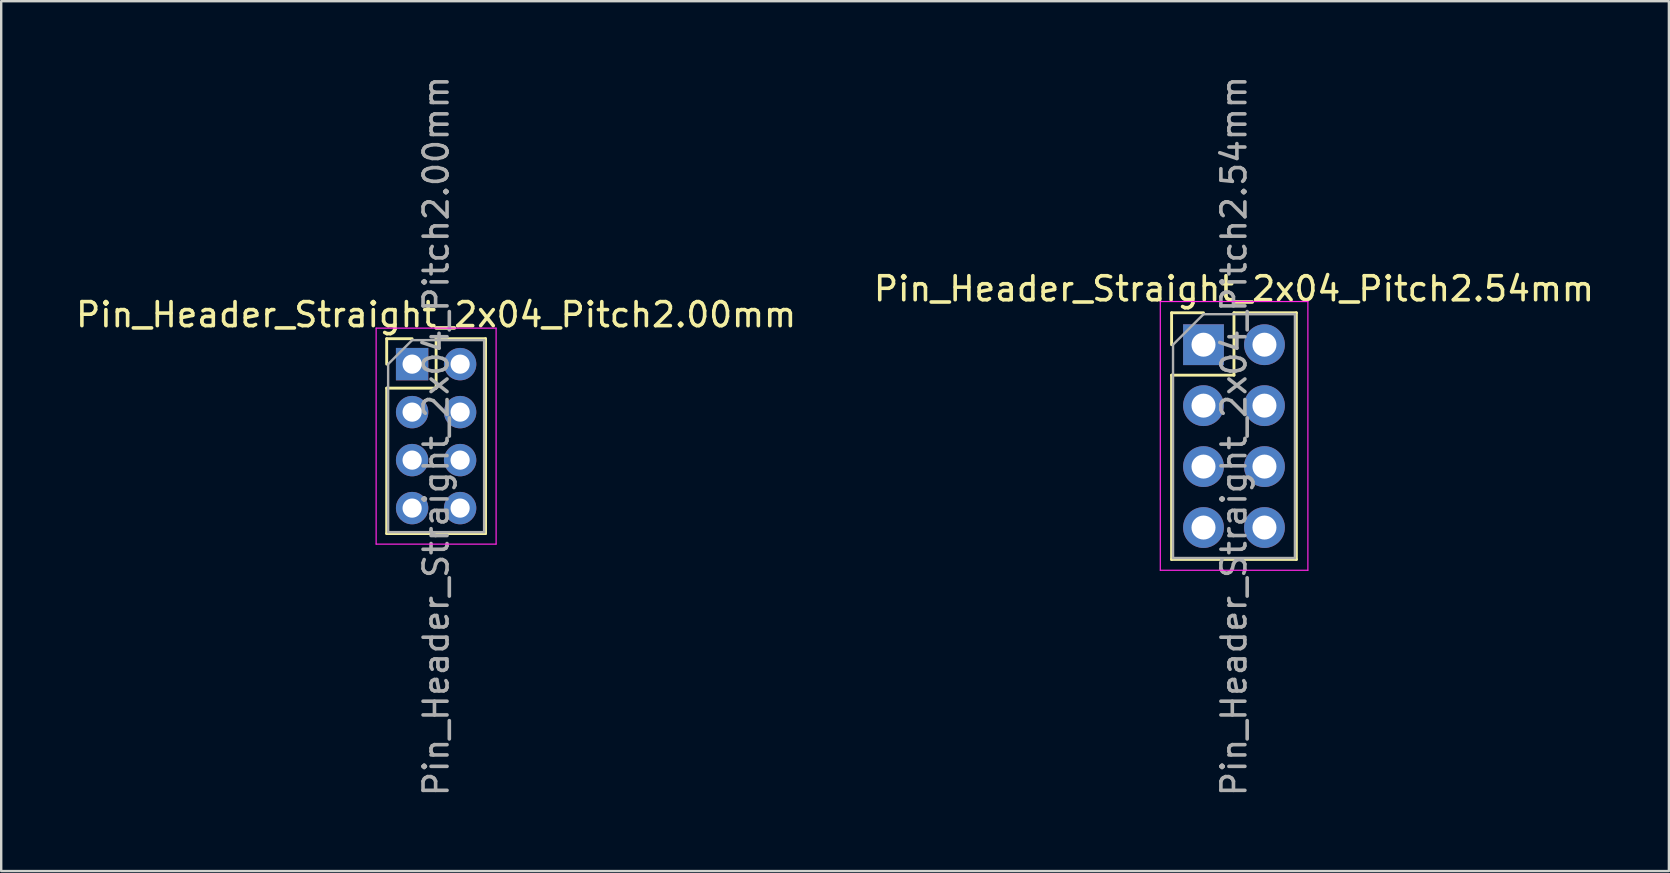
<source format=kicad_pcb>
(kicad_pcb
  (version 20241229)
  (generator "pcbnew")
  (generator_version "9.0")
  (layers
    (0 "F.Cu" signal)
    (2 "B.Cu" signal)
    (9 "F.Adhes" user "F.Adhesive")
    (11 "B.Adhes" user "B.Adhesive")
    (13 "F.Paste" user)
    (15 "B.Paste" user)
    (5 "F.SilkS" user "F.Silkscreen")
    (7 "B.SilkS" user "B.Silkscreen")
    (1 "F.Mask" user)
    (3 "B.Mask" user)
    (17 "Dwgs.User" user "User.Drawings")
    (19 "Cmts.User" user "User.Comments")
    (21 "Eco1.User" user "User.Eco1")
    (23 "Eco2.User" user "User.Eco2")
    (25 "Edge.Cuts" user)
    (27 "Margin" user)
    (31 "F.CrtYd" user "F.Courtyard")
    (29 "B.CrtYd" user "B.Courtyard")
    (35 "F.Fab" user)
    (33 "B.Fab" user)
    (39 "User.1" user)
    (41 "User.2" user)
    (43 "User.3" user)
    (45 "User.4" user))
  (footprint "Pin_Header_Straight_2x04_Pitch2.54mm"
    (layer "F.Cu")
    (at 47.105 11.315)
    (property "Reference" "Pin_Header_Straight_2x04_Pitch2.54mm" (at 1.27 -2.33 0) (layer "F.SilkS") (effects (font (size 1 1) (thickness 0.15))))
    (attr through_hole)
    (fp_line (start -1.33 -1.33) (end 0 -1.33) (stroke (width 0.12) (type solid)) (layer "F.SilkS"))
    (fp_line (start -1.33 0) (end -1.33 -1.33) (stroke (width 0.12) (type solid)) (layer "F.SilkS"))
    (fp_line (start -1.33 1.27) (end -1.33 8.95) (stroke (width 0.12) (type solid)) (layer "F.SilkS"))
    (fp_line (start -1.33 8.95) (end 3.87 8.95) (stroke (width 0.12) (type solid)) (layer "F.SilkS"))
    (fp_line (start 1.27 -1.33) (end 1.27 1.27) (stroke (width 0.12) (type solid)) (layer "F.SilkS"))
    (fp_line (start 1.27 1.27) (end -1.33 1.27) (stroke (width 0.12) (type solid)) (layer "F.SilkS"))
    (fp_line (start 3.87 -1.33) (end 1.27 -1.33) (stroke (width 0.12) (type solid)) (layer "F.SilkS"))
    (fp_line (start 3.87 8.95) (end 3.87 -1.33) (stroke (width 0.12) (type solid)) (layer "F.SilkS"))
    (fp_line (start -1.8 -1.8) (end -1.8 9.4) (stroke (width 0.05) (type solid)) (layer "F.CrtYd"))
    (fp_line (start -1.8 9.4) (end 4.35 9.4) (stroke (width 0.05) (type solid)) (layer "F.CrtYd"))
    (fp_line (start 4.35 -1.8) (end -1.8 -1.8) (stroke (width 0.05) (type solid)) (layer "F.CrtYd"))
    (fp_line (start 4.35 9.4) (end 4.35 -1.8) (stroke (width 0.05) (type solid)) (layer "F.CrtYd"))
    (fp_line (start -1.27 0) (end 0 -1.27) (stroke (width 0.1) (type solid)) (layer "F.Fab"))
    (fp_line (start -1.27 8.89) (end -1.27 0) (stroke (width 0.1) (type solid)) (layer "F.Fab"))
    (fp_line (start 0 -1.27) (end 3.81 -1.27) (stroke (width 0.1) (type solid)) (layer "F.Fab"))
    (fp_line (start 3.81 -1.27) (end 3.81 8.89) (stroke (width 0.1) (type solid)) (layer "F.Fab"))
    (fp_line (start 3.81 8.89) (end -1.27 8.89) (stroke (width 0.1) (type solid)) (layer "F.Fab"))
    (fp_text user "${REFERENCE}" (at 1.27 3.81 90) (layer "F.Fab") (effects (font (size 1 1) (thickness 0.15))))
    (pad "1" thru_hole rect (at 0 0) (size 1.7 1.7) (drill 1) (layers "*.Cu" "*.Mask"))
    (pad "2" thru_hole oval (at 2.54 0) (size 1.7 1.7) (drill 1) (layers "*.Cu" "*.Mask"))
    (pad "3" thru_hole oval (at 0 2.54) (size 1.7 1.7) (drill 1) (layers "*.Cu" "*.Mask"))
    (pad "4" thru_hole oval (at 2.54 2.54) (size 1.7 1.7) (drill 1) (layers "*.Cu" "*.Mask"))
    (pad "5" thru_hole oval (at 0 5.08) (size 1.7 1.7) (drill 1) (layers "*.Cu" "*.Mask"))
    (pad "6" thru_hole oval (at 2.54 5.08) (size 1.7 1.7) (drill 1) (layers "*.Cu" "*.Mask"))
    (pad "7" thru_hole oval (at 0 7.62) (size 1.7 1.7) (drill 1) (layers "*.Cu" "*.Mask"))
    (pad "8" thru_hole oval (at 2.54 7.62) (size 1.7 1.7) (drill 1) (layers "*.Cu" "*.Mask")))
  (footprint "Pin_Header_Straight_2x04_Pitch2.00mm"
    (layer "F.Cu")
    (at 14.125 12.125)
    (property "Reference" "Pin_Header_Straight_2x04_Pitch2.00mm" (at 1 -2.06 0) (layer "F.SilkS") (effects (font (size 1 1) (thickness 0.15))))
    (attr through_hole)
    (fp_line (start -1.06 -1.06) (end 0 -1.06) (stroke (width 0.12) (type solid)) (layer "F.SilkS"))
    (fp_line (start -1.06 0) (end -1.06 -1.06) (stroke (width 0.12) (type solid)) (layer "F.SilkS"))
    (fp_line (start -1.06 1) (end -1.06 7.06) (stroke (width 0.12) (type solid)) (layer "F.SilkS"))
    (fp_line (start -1.06 7.06) (end 3.06 7.06) (stroke (width 0.12) (type solid)) (layer "F.SilkS"))
    (fp_line (start 1 -1.06) (end 1 1) (stroke (width 0.12) (type solid)) (layer "F.SilkS"))
    (fp_line (start 1 1) (end -1.06 1) (stroke (width 0.12) (type solid)) (layer "F.SilkS"))
    (fp_line (start 3.06 -1.06) (end 1 -1.06) (stroke (width 0.12) (type solid)) (layer "F.SilkS"))
    (fp_line (start 3.06 7.06) (end 3.06 -1.06) (stroke (width 0.12) (type solid)) (layer "F.SilkS"))
    (fp_line (start -1.5 -1.5) (end -1.5 7.5) (stroke (width 0.05) (type solid)) (layer "F.CrtYd"))
    (fp_line (start -1.5 7.5) (end 3.5 7.5) (stroke (width 0.05) (type solid)) (layer "F.CrtYd"))
    (fp_line (start 3.5 -1.5) (end -1.5 -1.5) (stroke (width 0.05) (type solid)) (layer "F.CrtYd"))
    (fp_line (start 3.5 7.5) (end 3.5 -1.5) (stroke (width 0.05) (type solid)) (layer "F.CrtYd"))
    (fp_line (start -1 0) (end 0 -1) (stroke (width 0.1) (type solid)) (layer "F.Fab"))
    (fp_line (start -1 7) (end -1 0) (stroke (width 0.1) (type solid)) (layer "F.Fab"))
    (fp_line (start 0 -1) (end 3 -1) (stroke (width 0.1) (type solid)) (layer "F.Fab"))
    (fp_line (start 3 -1) (end 3 7) (stroke (width 0.1) (type solid)) (layer "F.Fab"))
    (fp_line (start 3 7) (end -1 7) (stroke (width 0.1) (type solid)) (layer "F.Fab"))
    (fp_text user "${REFERENCE}" (at 1 3 90) (layer "F.Fab") (effects (font (size 1 1) (thickness 0.15))))
    (pad "1" thru_hole rect (at 0 0) (size 1.35 1.35) (drill 0.8) (layers "*.Cu" "*.Mask"))
    (pad "2" thru_hole oval (at 2 0) (size 1.35 1.35) (drill 0.8) (layers "*.Cu" "*.Mask"))
    (pad "3" thru_hole oval (at 0 2) (size 1.35 1.35) (drill 0.8) (layers "*.Cu" "*.Mask"))
    (pad "4" thru_hole oval (at 2 2) (size 1.35 1.35) (drill 0.8) (layers "*.Cu" "*.Mask"))
    (pad "5" thru_hole oval (at 0 4) (size 1.35 1.35) (drill 0.8) (layers "*.Cu" "*.Mask"))
    (pad "6" thru_hole oval (at 2 4) (size 1.35 1.35) (drill 0.8) (layers "*.Cu" "*.Mask"))
    (pad "7" thru_hole oval (at 0 6) (size 1.35 1.35) (drill 0.8) (layers "*.Cu" "*.Mask"))
    (pad "8" thru_hole oval (at 2 6) (size 1.35 1.35) (drill 0.8) (layers "*.Cu" "*.Mask")))
  (gr_rect
    (start -3 -3)
    (end 66.5 33.25)
    (stroke (width 0.1) (type default))
    (fill no)
    (layer "Edge.Cuts")))
</source>
